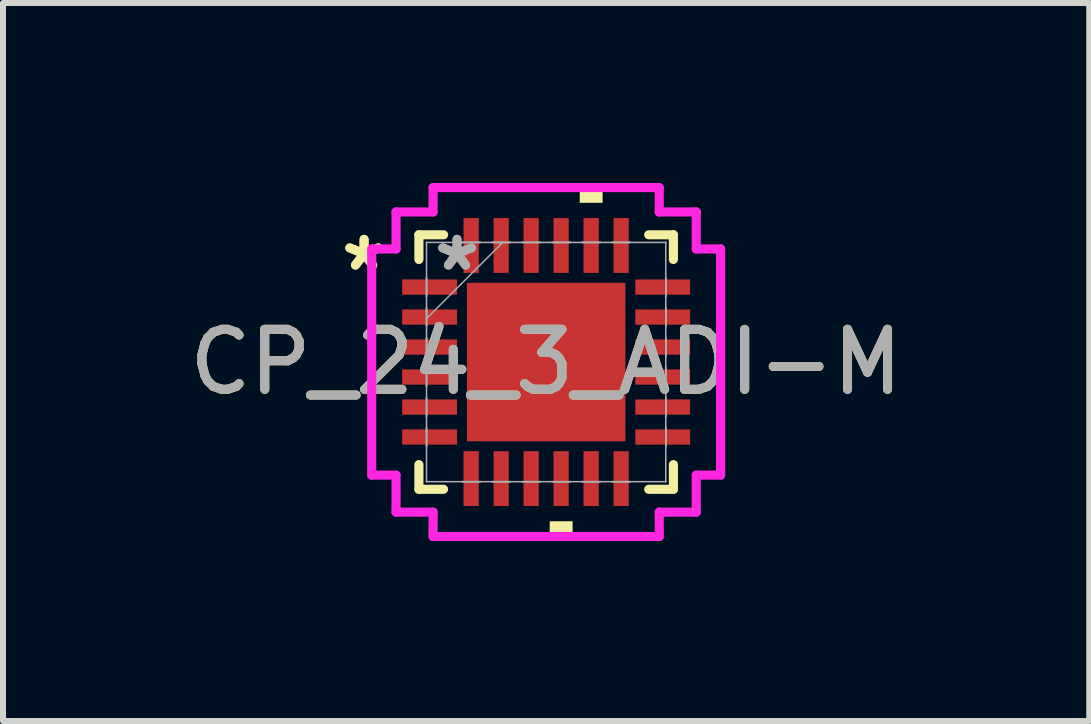
<source format=kicad_pcb>
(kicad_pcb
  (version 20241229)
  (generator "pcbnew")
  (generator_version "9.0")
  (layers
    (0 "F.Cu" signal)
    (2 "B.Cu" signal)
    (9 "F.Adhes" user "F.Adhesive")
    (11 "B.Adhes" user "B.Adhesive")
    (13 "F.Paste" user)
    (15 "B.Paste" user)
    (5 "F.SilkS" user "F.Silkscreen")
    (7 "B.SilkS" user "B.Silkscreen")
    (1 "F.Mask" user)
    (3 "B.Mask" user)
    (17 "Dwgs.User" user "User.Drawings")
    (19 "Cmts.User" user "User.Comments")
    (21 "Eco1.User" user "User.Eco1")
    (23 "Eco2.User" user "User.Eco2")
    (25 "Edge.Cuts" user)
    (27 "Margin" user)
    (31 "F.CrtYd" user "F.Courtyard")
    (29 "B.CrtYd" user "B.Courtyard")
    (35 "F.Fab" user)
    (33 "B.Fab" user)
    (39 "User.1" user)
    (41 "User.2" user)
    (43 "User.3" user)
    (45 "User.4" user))
  (footprint "CP_24_3_ADI-M"
    (layer "F.Cu")
    (at 6.054 2.985)
    (property "Reference" "CP_24_3_ADI-M" (at 0 0 0) (unlocked yes) (layer "F.SilkS") (effects (font (size 1 1) (thickness 0.15))))
    (attr smd)
    (fp_line (start -2.121 -2.121) (end -2.121 -1.71) (stroke (width 0.152) (type solid)) (layer "F.SilkS"))
    (fp_line (start -2.121 1.71) (end -2.121 2.121) (stroke (width 0.152) (type solid)) (layer "F.SilkS"))
    (fp_line (start -2.121 2.121) (end -1.71 2.121) (stroke (width 0.152) (type solid)) (layer "F.SilkS"))
    (fp_line (start -1.71 -2.121) (end -2.121 -2.121) (stroke (width 0.152) (type solid)) (layer "F.SilkS"))
    (fp_line (start 1.71 2.121) (end 2.121 2.121) (stroke (width 0.152) (type solid)) (layer "F.SilkS"))
    (fp_line (start 2.121 -2.121) (end 1.71 -2.121) (stroke (width 0.152) (type solid)) (layer "F.SilkS"))
    (fp_line (start 2.121 -1.71) (end 2.121 -2.121) (stroke (width 0.152) (type solid)) (layer "F.SilkS"))
    (fp_line (start 2.121 2.121) (end 2.121 1.71) (stroke (width 0.152) (type solid)) (layer "F.SilkS"))
    (fp_poly (pts (xy 0.059 2.654) (xy 0.059 2.908) (xy 0.441 2.908) (xy 0.441 2.654)) (stroke (width 0) (type solid)) (fill yes) (layer "F.SilkS"))
    (fp_poly (pts (xy 0.56 -2.654) (xy 0.56 -2.908) (xy 0.941 -2.908) (xy 0.941 -2.654)) (stroke (width 0) (type solid)) (fill yes) (layer "F.SilkS"))
    (fp_poly (pts (xy -1.221 -1.221) (xy -1.221 -0.1) (xy -0.1 -0.1) (xy -0.1 -1.221)) (stroke (width 0) (type solid)) (fill yes) (layer "F.Paste"))
    (fp_poly (pts (xy -1.221 0.1) (xy -1.221 1.221) (xy -0.1 1.221) (xy -0.1 0.1)) (stroke (width 0) (type solid)) (fill yes) (layer "F.Paste"))
    (fp_poly (pts (xy 0.1 -1.221) (xy 0.1 -0.1) (xy 1.221 -0.1) (xy 1.221 -1.221)) (stroke (width 0) (type solid)) (fill yes) (layer "F.Paste"))
    (fp_poly (pts (xy 0.1 0.1) (xy 0.1 1.221) (xy 1.221 1.221) (xy 1.221 0.1)) (stroke (width 0) (type solid)) (fill yes) (layer "F.Paste"))
    (fp_line (start -2.908 -1.885) (end -2.502 -1.885) (stroke (width 0.152) (type solid)) (layer "F.CrtYd"))
    (fp_line (start -2.908 1.885) (end -2.908 -1.885) (stroke (width 0.152) (type solid)) (layer "F.CrtYd"))
    (fp_line (start -2.502 -2.502) (end -1.885 -2.502) (stroke (width 0.152) (type solid)) (layer "F.CrtYd"))
    (fp_line (start -2.502 -1.885) (end -2.502 -2.502) (stroke (width 0.152) (type solid)) (layer "F.CrtYd"))
    (fp_line (start -2.502 1.885) (end -2.908 1.885) (stroke (width 0.152) (type solid)) (layer "F.CrtYd"))
    (fp_line (start -2.502 2.502) (end -2.502 1.885) (stroke (width 0.152) (type solid)) (layer "F.CrtYd"))
    (fp_line (start -1.885 -2.908) (end 1.885 -2.908) (stroke (width 0.152) (type solid)) (layer "F.CrtYd"))
    (fp_line (start -1.885 -2.502) (end -1.885 -2.908) (stroke (width 0.152) (type solid)) (layer "F.CrtYd"))
    (fp_line (start -1.885 2.502) (end -2.502 2.502) (stroke (width 0.152) (type solid)) (layer "F.CrtYd"))
    (fp_line (start -1.885 2.908) (end -1.885 2.502) (stroke (width 0.152) (type solid)) (layer "F.CrtYd"))
    (fp_line (start 1.885 -2.908) (end 1.885 -2.502) (stroke (width 0.152) (type solid)) (layer "F.CrtYd"))
    (fp_line (start 1.885 -2.502) (end 2.502 -2.502) (stroke (width 0.152) (type solid)) (layer "F.CrtYd"))
    (fp_line (start 1.885 2.502) (end 1.885 2.908) (stroke (width 0.152) (type solid)) (layer "F.CrtYd"))
    (fp_line (start 1.885 2.908) (end -1.885 2.908) (stroke (width 0.152) (type solid)) (layer "F.CrtYd"))
    (fp_line (start 2.502 -2.502) (end 2.502 -1.885) (stroke (width 0.152) (type solid)) (layer "F.CrtYd"))
    (fp_line (start 2.502 -1.885) (end 2.908 -1.885) (stroke (width 0.152) (type solid)) (layer "F.CrtYd"))
    (fp_line (start 2.502 1.885) (end 2.502 2.502) (stroke (width 0.152) (type solid)) (layer "F.CrtYd"))
    (fp_line (start 2.502 2.502) (end 1.885 2.502) (stroke (width 0.152) (type solid)) (layer "F.CrtYd"))
    (fp_line (start 2.908 -1.885) (end 2.908 1.885) (stroke (width 0.152) (type solid)) (layer "F.CrtYd"))
    (fp_line (start 2.908 1.885) (end 2.502 1.885) (stroke (width 0.152) (type solid)) (layer "F.CrtYd"))
    (fp_line (start -1.994 -1.994) (end -1.994 -1.994) (stroke (width 0.025) (type solid)) (layer "F.Fab"))
    (fp_line (start -1.994 -1.994) (end -1.994 1.994) (stroke (width 0.025) (type solid)) (layer "F.Fab"))
    (fp_line (start -1.994 -1.402) (end -1.994 -1.402) (stroke (width 0.025) (type solid)) (layer "F.Fab"))
    (fp_line (start -1.994 -1.402) (end -1.994 -1.098) (stroke (width 0.025) (type solid)) (layer "F.Fab"))
    (fp_line (start -1.994 -1.098) (end -1.994 -1.402) (stroke (width 0.025) (type solid)) (layer "F.Fab"))
    (fp_line (start -1.994 -1.098) (end -1.994 -1.098) (stroke (width 0.025) (type solid)) (layer "F.Fab"))
    (fp_line (start -1.994 -0.902) (end -1.994 -0.902) (stroke (width 0.025) (type solid)) (layer "F.Fab"))
    (fp_line (start -1.994 -0.902) (end -1.994 -0.598) (stroke (width 0.025) (type solid)) (layer "F.Fab"))
    (fp_line (start -1.994 -0.724) (end -0.724 -1.994) (stroke (width 0.025) (type solid)) (layer "F.Fab"))
    (fp_line (start -1.994 -0.598) (end -1.994 -0.902) (stroke (width 0.025) (type solid)) (layer "F.Fab"))
    (fp_line (start -1.994 -0.598) (end -1.994 -0.598) (stroke (width 0.025) (type solid)) (layer "F.Fab"))
    (fp_line (start -1.994 -0.402) (end -1.994 -0.402) (stroke (width 0.025) (type solid)) (layer "F.Fab"))
    (fp_line (start -1.994 -0.402) (end -1.994 -0.098) (stroke (width 0.025) (type solid)) (layer "F.Fab"))
    (fp_line (start -1.994 -0.098) (end -1.994 -0.402) (stroke (width 0.025) (type solid)) (layer "F.Fab"))
    (fp_line (start -1.994 -0.098) (end -1.994 -0.098) (stroke (width 0.025) (type solid)) (layer "F.Fab"))
    (fp_line (start -1.994 0.098) (end -1.994 0.098) (stroke (width 0.025) (type solid)) (layer "F.Fab"))
    (fp_line (start -1.994 0.098) (end -1.994 0.402) (stroke (width 0.025) (type solid)) (layer "F.Fab"))
    (fp_line (start -1.994 0.402) (end -1.994 0.098) (stroke (width 0.025) (type solid)) (layer "F.Fab"))
    (fp_line (start -1.994 0.402) (end -1.994 0.402) (stroke (width 0.025) (type solid)) (layer "F.Fab"))
    (fp_line (start -1.994 0.598) (end -1.994 0.598) (stroke (width 0.025) (type solid)) (layer "F.Fab"))
    (fp_line (start -1.994 0.598) (end -1.994 0.902) (stroke (width 0.025) (type solid)) (layer "F.Fab"))
    (fp_line (start -1.994 0.902) (end -1.994 0.598) (stroke (width 0.025) (type solid)) (layer "F.Fab"))
    (fp_line (start -1.994 0.902) (end -1.994 0.902) (stroke (width 0.025) (type solid)) (layer "F.Fab"))
    (fp_line (start -1.994 1.098) (end -1.994 1.098) (stroke (width 0.025) (type solid)) (layer "F.Fab"))
    (fp_line (start -1.994 1.098) (end -1.994 1.402) (stroke (width 0.025) (type solid)) (layer "F.Fab"))
    (fp_line (start -1.994 1.402) (end -1.994 1.098) (stroke (width 0.025) (type solid)) (layer "F.Fab"))
    (fp_line (start -1.994 1.402) (end -1.994 1.402) (stroke (width 0.025) (type solid)) (layer "F.Fab"))
    (fp_line (start -1.994 1.994) (end -1.994 1.994) (stroke (width 0.025) (type solid)) (layer "F.Fab"))
    (fp_line (start -1.994 1.994) (end 1.994 1.994) (stroke (width 0.025) (type solid)) (layer "F.Fab"))
    (fp_line (start -1.402 -1.994) (end -1.402 -1.994) (stroke (width 0.025) (type solid)) (layer "F.Fab"))
    (fp_line (start -1.402 -1.994) (end -1.098 -1.994) (stroke (width 0.025) (type solid)) (layer "F.Fab"))
    (fp_line (start -1.402 1.994) (end -1.402 1.994) (stroke (width 0.025) (type solid)) (layer "F.Fab"))
    (fp_line (start -1.402 1.994) (end -1.098 1.994) (stroke (width 0.025) (type solid)) (layer "F.Fab"))
    (fp_line (start -1.098 -1.994) (end -1.402 -1.994) (stroke (width 0.025) (type solid)) (layer "F.Fab"))
    (fp_line (start -1.098 -1.994) (end -1.098 -1.994) (stroke (width 0.025) (type solid)) (layer "F.Fab"))
    (fp_line (start -1.098 1.994) (end -1.402 1.994) (stroke (width 0.025) (type solid)) (layer "F.Fab"))
    (fp_line (start -1.098 1.994) (end -1.098 1.994) (stroke (width 0.025) (type solid)) (layer "F.Fab"))
    (fp_line (start -0.902 -1.994) (end -0.902 -1.994) (stroke (width 0.025) (type solid)) (layer "F.Fab"))
    (fp_line (start -0.902 -1.994) (end -0.598 -1.994) (stroke (width 0.025) (type solid)) (layer "F.Fab"))
    (fp_line (start -0.902 1.994) (end -0.902 1.994) (stroke (width 0.025) (type solid)) (layer "F.Fab"))
    (fp_line (start -0.902 1.994) (end -0.598 1.994) (stroke (width 0.025) (type solid)) (layer "F.Fab"))
    (fp_line (start -0.598 -1.994) (end -0.902 -1.994) (stroke (width 0.025) (type solid)) (layer "F.Fab"))
    (fp_line (start -0.598 -1.994) (end -0.598 -1.994) (stroke (width 0.025) (type solid)) (layer "F.Fab"))
    (fp_line (start -0.598 1.994) (end -0.902 1.994) (stroke (width 0.025) (type solid)) (layer "F.Fab"))
    (fp_line (start -0.598 1.994) (end -0.598 1.994) (stroke (width 0.025) (type solid)) (layer "F.Fab"))
    (fp_line (start -0.402 -1.994) (end -0.402 -1.994) (stroke (width 0.025) (type solid)) (layer "F.Fab"))
    (fp_line (start -0.402 -1.994) (end -0.098 -1.994) (stroke (width 0.025) (type solid)) (layer "F.Fab"))
    (fp_line (start -0.402 1.994) (end -0.402 1.994) (stroke (width 0.025) (type solid)) (layer "F.Fab"))
    (fp_line (start -0.402 1.994) (end -0.098 1.994) (stroke (width 0.025) (type solid)) (layer "F.Fab"))
    (fp_line (start -0.098 -1.994) (end -0.402 -1.994) (stroke (width 0.025) (type solid)) (layer "F.Fab"))
    (fp_line (start -0.098 -1.994) (end -0.098 -1.994) (stroke (width 0.025) (type solid)) (layer "F.Fab"))
    (fp_line (start -0.098 1.994) (end -0.402 1.994) (stroke (width 0.025) (type solid)) (layer "F.Fab"))
    (fp_line (start -0.098 1.994) (end -0.098 1.994) (stroke (width 0.025) (type solid)) (layer "F.Fab"))
    (fp_line (start 0.098 -1.994) (end 0.098 -1.994) (stroke (width 0.025) (type solid)) (layer "F.Fab"))
    (fp_line (start 0.098 -1.994) (end 0.402 -1.994) (stroke (width 0.025) (type solid)) (layer "F.Fab"))
    (fp_line (start 0.098 1.994) (end 0.098 1.994) (stroke (width 0.025) (type solid)) (layer "F.Fab"))
    (fp_line (start 0.098 1.994) (end 0.402 1.994) (stroke (width 0.025) (type solid)) (layer "F.Fab"))
    (fp_line (start 0.402 -1.994) (end 0.098 -1.994) (stroke (width 0.025) (type solid)) (layer "F.Fab"))
    (fp_line (start 0.402 -1.994) (end 0.402 -1.994) (stroke (width 0.025) (type solid)) (layer "F.Fab"))
    (fp_line (start 0.402 1.994) (end 0.098 1.994) (stroke (width 0.025) (type solid)) (layer "F.Fab"))
    (fp_line (start 0.402 1.994) (end 0.402 1.994) (stroke (width 0.025) (type solid)) (layer "F.Fab"))
    (fp_line (start 0.598 -1.994) (end 0.598 -1.994) (stroke (width 0.025) (type solid)) (layer "F.Fab"))
    (fp_line (start 0.598 -1.994) (end 0.902 -1.994) (stroke (width 0.025) (type solid)) (layer "F.Fab"))
    (fp_line (start 0.598 1.994) (end 0.598 1.994) (stroke (width 0.025) (type solid)) (layer "F.Fab"))
    (fp_line (start 0.598 1.994) (end 0.902 1.994) (stroke (width 0.025) (type solid)) (layer "F.Fab"))
    (fp_line (start 0.902 -1.994) (end 0.598 -1.994) (stroke (width 0.025) (type solid)) (layer "F.Fab"))
    (fp_line (start 0.902 -1.994) (end 0.902 -1.994) (stroke (width 0.025) (type solid)) (layer "F.Fab"))
    (fp_line (start 0.902 1.994) (end 0.598 1.994) (stroke (width 0.025) (type solid)) (layer "F.Fab"))
    (fp_line (start 0.902 1.994) (end 0.902 1.994) (stroke (width 0.025) (type solid)) (layer "F.Fab"))
    (fp_line (start 1.098 -1.994) (end 1.098 -1.994) (stroke (width 0.025) (type solid)) (layer "F.Fab"))
    (fp_line (start 1.098 -1.994) (end 1.402 -1.994) (stroke (width 0.025) (type solid)) (layer "F.Fab"))
    (fp_line (start 1.098 1.994) (end 1.098 1.994) (stroke (width 0.025) (type solid)) (layer "F.Fab"))
    (fp_line (start 1.098 1.994) (end 1.402 1.994) (stroke (width 0.025) (type solid)) (layer "F.Fab"))
    (fp_line (start 1.402 -1.994) (end 1.098 -1.994) (stroke (width 0.025) (type solid)) (layer "F.Fab"))
    (fp_line (start 1.402 -1.994) (end 1.402 -1.994) (stroke (width 0.025) (type solid)) (layer "F.Fab"))
    (fp_line (start 1.402 1.994) (end 1.098 1.994) (stroke (width 0.025) (type solid)) (layer "F.Fab"))
    (fp_line (start 1.402 1.994) (end 1.402 1.994) (stroke (width 0.025) (type solid)) (layer "F.Fab"))
    (fp_line (start 1.994 -1.994) (end -1.994 -1.994) (stroke (width 0.025) (type solid)) (layer "F.Fab"))
    (fp_line (start 1.994 -1.994) (end 1.994 -1.994) (stroke (width 0.025) (type solid)) (layer "F.Fab"))
    (fp_line (start 1.994 -1.402) (end 1.994 -1.402) (stroke (width 0.025) (type solid)) (layer "F.Fab"))
    (fp_line (start 1.994 -1.402) (end 1.994 -1.098) (stroke (width 0.025) (type solid)) (layer "F.Fab"))
    (fp_line (start 1.994 -1.098) (end 1.994 -1.402) (stroke (width 0.025) (type solid)) (layer "F.Fab"))
    (fp_line (start 1.994 -1.098) (end 1.994 -1.098) (stroke (width 0.025) (type solid)) (layer "F.Fab"))
    (fp_line (start 1.994 -0.902) (end 1.994 -0.902) (stroke (width 0.025) (type solid)) (layer "F.Fab"))
    (fp_line (start 1.994 -0.902) (end 1.994 -0.598) (stroke (width 0.025) (type solid)) (layer "F.Fab"))
    (fp_line (start 1.994 -0.598) (end 1.994 -0.902) (stroke (width 0.025) (type solid)) (layer "F.Fab"))
    (fp_line (start 1.994 -0.598) (end 1.994 -0.598) (stroke (width 0.025) (type solid)) (layer "F.Fab"))
    (fp_line (start 1.994 -0.402) (end 1.994 -0.402) (stroke (width 0.025) (type solid)) (layer "F.Fab"))
    (fp_line (start 1.994 -0.402) (end 1.994 -0.098) (stroke (width 0.025) (type solid)) (layer "F.Fab"))
    (fp_line (start 1.994 -0.098) (end 1.994 -0.402) (stroke (width 0.025) (type solid)) (layer "F.Fab"))
    (fp_line (start 1.994 -0.098) (end 1.994 -0.098) (stroke (width 0.025) (type solid)) (layer "F.Fab"))
    (fp_line (start 1.994 0.098) (end 1.994 0.098) (stroke (width 0.025) (type solid)) (layer "F.Fab"))
    (fp_line (start 1.994 0.098) (end 1.994 0.402) (stroke (width 0.025) (type solid)) (layer "F.Fab"))
    (fp_line (start 1.994 0.402) (end 1.994 0.098) (stroke (width 0.025) (type solid)) (layer "F.Fab"))
    (fp_line (start 1.994 0.402) (end 1.994 0.402) (stroke (width 0.025) (type solid)) (layer "F.Fab"))
    (fp_line (start 1.994 0.598) (end 1.994 0.598) (stroke (width 0.025) (type solid)) (layer "F.Fab"))
    (fp_line (start 1.994 0.598) (end 1.994 0.902) (stroke (width 0.025) (type solid)) (layer "F.Fab"))
    (fp_line (start 1.994 0.902) (end 1.994 0.598) (stroke (width 0.025) (type solid)) (layer "F.Fab"))
    (fp_line (start 1.994 0.902) (end 1.994 0.902) (stroke (width 0.025) (type solid)) (layer "F.Fab"))
    (fp_line (start 1.994 1.098) (end 1.994 1.098) (stroke (width 0.025) (type solid)) (layer "F.Fab"))
    (fp_line (start 1.994 1.098) (end 1.994 1.402) (stroke (width 0.025) (type solid)) (layer "F.Fab"))
    (fp_line (start 1.994 1.402) (end 1.994 1.098) (stroke (width 0.025) (type solid)) (layer "F.Fab"))
    (fp_line (start 1.994 1.402) (end 1.994 1.402) (stroke (width 0.025) (type solid)) (layer "F.Fab"))
    (fp_line (start 1.994 1.994) (end 1.994 -1.994) (stroke (width 0.025) (type solid)) (layer "F.Fab"))
    (fp_line (start 1.994 1.994) (end 1.994 1.994) (stroke (width 0.025) (type solid)) (layer "F.Fab"))
    (fp_text user "*" (at -3.035 -1.5 0) (layer "F.SilkS") (effects (font (size 1 1) (thickness 0.15))))
    (fp_text user "*" (at -3.035 -1.5 0) (unlocked yes) (layer "F.SilkS") (effects (font (size 1 1) (thickness 0.15))))
    (fp_text user "*" (at -1.486 -1.5 0) (unlocked yes) (layer "F.Fab") (effects (font (size 1 1) (thickness 0.15))))
    (fp_text user "*" (at -1.486 -1.5 0) (layer "F.Fab") (effects (font (size 1 1) (thickness 0.15))))
    (fp_text user "${REFERENCE}" (at 0 0 0) (unlocked yes) (layer "F.Fab") (effects (font (size 1 1) (thickness 0.15))))
    (pad "1" smd rect (at -1.943 -1.25 90) (size 0.254 0.914) (layers "F.Cu" "F.Mask" "F.Paste"))
    (pad "2" smd rect (at -1.943 -0.75 90) (size 0.254 0.914) (layers "F.Cu" "F.Mask" "F.Paste"))
    (pad "3" smd rect (at -1.943 -0.25 90) (size 0.254 0.914) (layers "F.Cu" "F.Mask" "F.Paste"))
    (pad "4" smd rect (at -1.943 0.25 90) (size 0.254 0.914) (layers "F.Cu" "F.Mask" "F.Paste"))
    (pad "5" smd rect (at -1.943 0.75 90) (size 0.254 0.914) (layers "F.Cu" "F.Mask" "F.Paste"))
    (pad "6" smd rect (at -1.943 1.25 90) (size 0.254 0.914) (layers "F.Cu" "F.Mask" "F.Paste"))
    (pad "7" smd rect (at -1.25 1.943) (size 0.254 0.914) (layers "F.Cu" "F.Mask" "F.Paste"))
    (pad "8" smd rect (at -0.75 1.943) (size 0.254 0.914) (layers "F.Cu" "F.Mask" "F.Paste"))
    (pad "9" smd rect (at -0.25 1.943) (size 0.254 0.914) (layers "F.Cu" "F.Mask" "F.Paste"))
    (pad "10" smd rect (at 0.25 1.943) (size 0.254 0.914) (layers "F.Cu" "F.Mask" "F.Paste"))
    (pad "11" smd rect (at 0.75 1.943) (size 0.254 0.914) (layers "F.Cu" "F.Mask" "F.Paste"))
    (pad "12" smd rect (at 1.25 1.943) (size 0.254 0.914) (layers "F.Cu" "F.Mask" "F.Paste"))
    (pad "13" smd rect (at 1.943 1.25 90) (size 0.254 0.914) (layers "F.Cu" "F.Mask" "F.Paste"))
    (pad "14" smd rect (at 1.943 0.75 90) (size 0.254 0.914) (layers "F.Cu" "F.Mask" "F.Paste"))
    (pad "15" smd rect (at 1.943 0.25 90) (size 0.254 0.914) (layers "F.Cu" "F.Mask" "F.Paste"))
    (pad "16" smd rect (at 1.943 -0.25 90) (size 0.254 0.914) (layers "F.Cu" "F.Mask" "F.Paste"))
    (pad "17" smd rect (at 1.943 -0.75 90) (size 0.254 0.914) (layers "F.Cu" "F.Mask" "F.Paste"))
    (pad "18" smd rect (at 1.943 -1.25 90) (size 0.254 0.914) (layers "F.Cu" "F.Mask" "F.Paste"))
    (pad "19" smd rect (at 1.25 -1.943) (size 0.254 0.914) (layers "F.Cu" "F.Mask" "F.Paste"))
    (pad "20" smd rect (at 0.75 -1.943) (size 0.254 0.914) (layers "F.Cu" "F.Mask" "F.Paste"))
    (pad "21" smd rect (at 0.25 -1.943) (size 0.254 0.914) (layers "F.Cu" "F.Mask" "F.Paste"))
    (pad "22" smd rect (at -0.25 -1.943) (size 0.254 0.914) (layers "F.Cu" "F.Mask" "F.Paste"))
    (pad "23" smd rect (at -0.75 -1.943) (size 0.254 0.914) (layers "F.Cu" "F.Mask" "F.Paste"))
    (pad "24" smd rect (at -1.25 -1.943) (size 0.254 0.914) (layers "F.Cu" "F.Mask" "F.Paste"))
    (pad "25" smd rect (at 0 0) (size 2.642 2.642) (layers "F.Cu" "F.Mask" "F.Paste")))
  (gr_rect
    (start -3 -3)
    (end 15.107 8.969)
    (stroke (width 0.1) (type default))
    (fill no)
    (layer "Edge.Cuts")))
</source>
